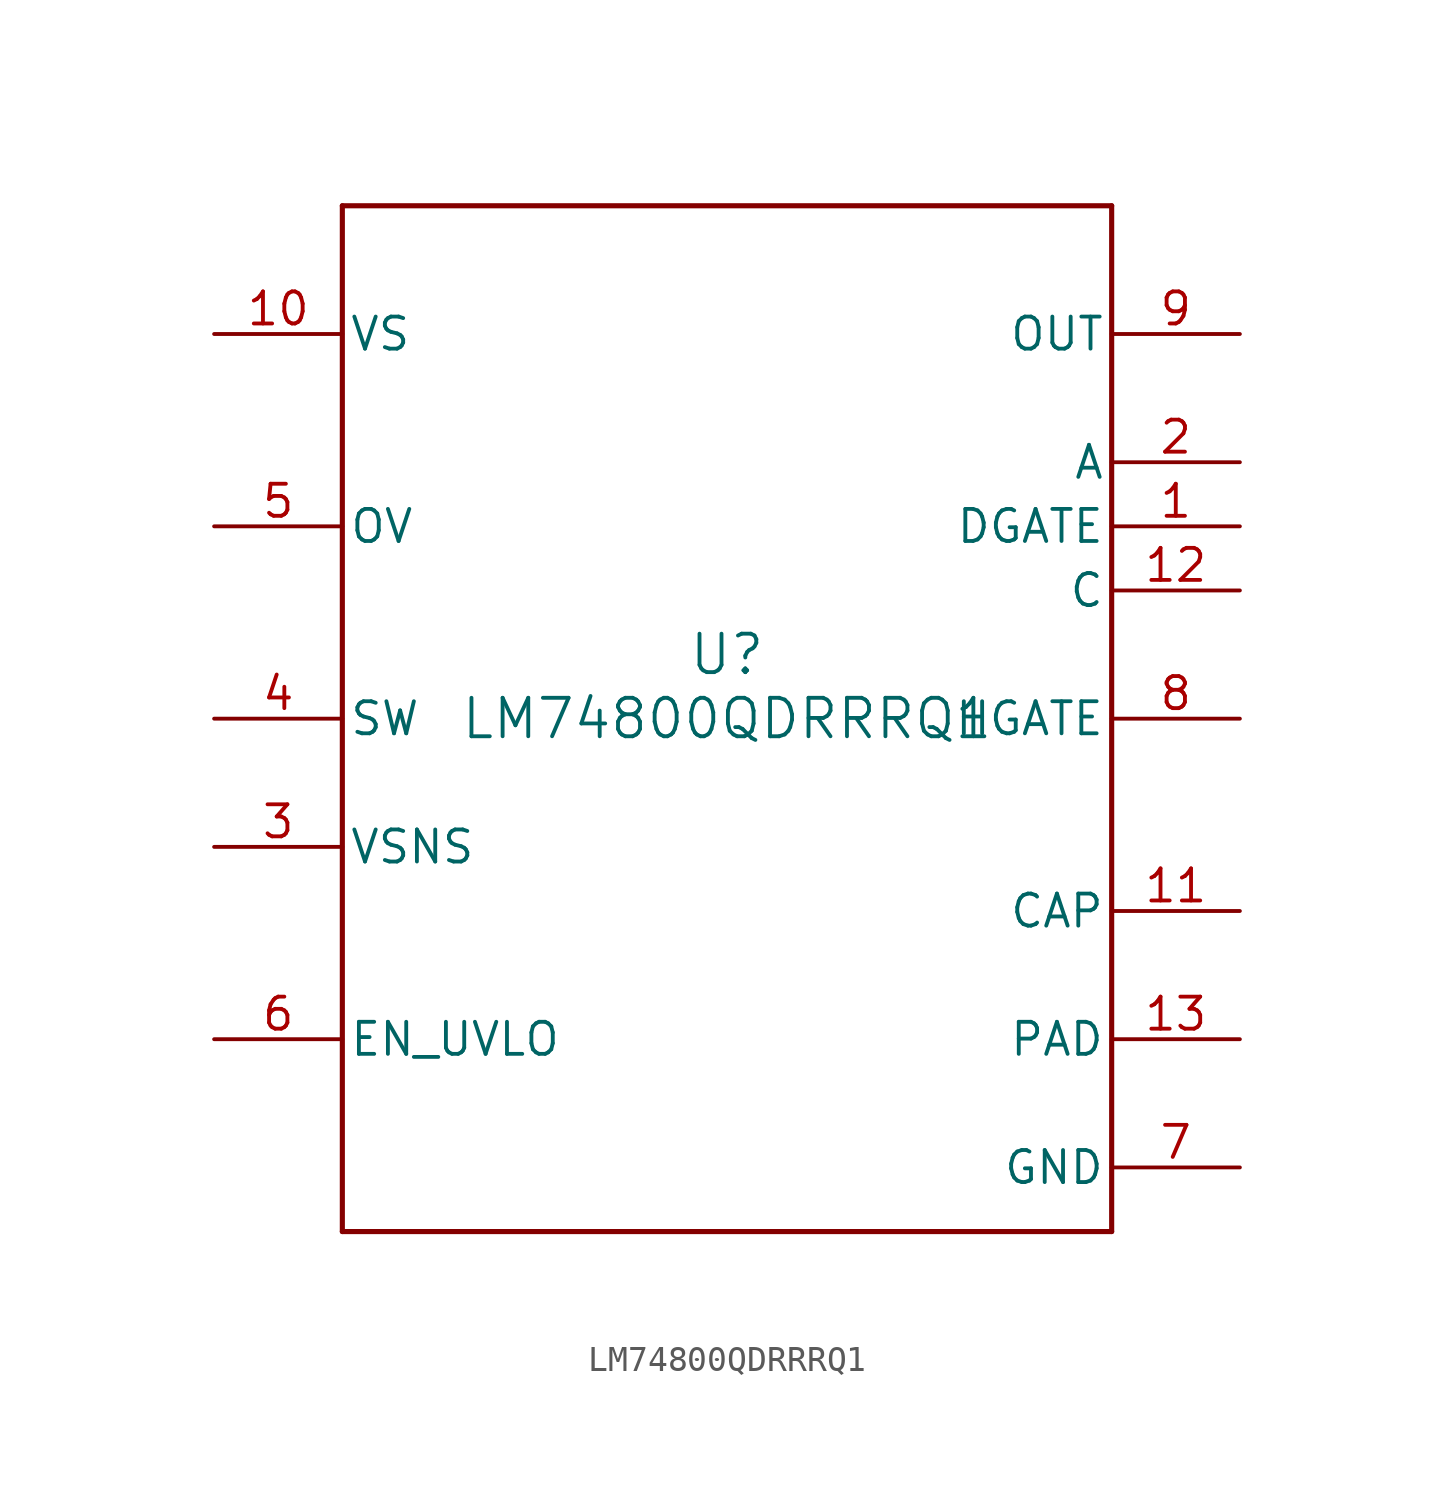
<source format=kicad_sym>
(kicad_symbol_lib
  (version 20211014)
  (generator kicad_symbol_editor)
  (symbol "LM74800QDRRRQ1"
    (pin_names
      (offset 0.254))
    (property "Reference" "U"
      (at 0 2.54 0)
      (effects (font (size 1.524 1.524))))
    (property "Value" "LM74800QDRRRQ1"
      (at 0 0 0)
      (effects (font (size 1.524 1.524))))
    (symbol "LM74800QDRRRQ1_0_1"
      (polyline (pts (xy -15.24 -20.32) (xy 15.24 -20.32)) (stroke (width 0.203) (type default) (color 0 0 0 0)) (fill (type none)))
      (polyline (pts (xy 15.24 -20.32) (xy 15.24 20.32)) (stroke (width 0.203) (type default) (color 0 0 0 0)) (fill (type none)))
      (polyline (pts (xy 15.24 20.32) (xy -15.24 20.32)) (stroke (width 0.203) (type default) (color 0 0 0 0)) (fill (type none)))
      (polyline (pts (xy -15.24 20.32) (xy -15.24 -20.32)) (stroke (width 0.203) (type default) (color 0 0 0 0)) (fill (type none)))
      (pin output line (at 20.32 7.62 180) (length 5.08) (name "DGATE" (effects (font (size 1.27 1.27)))) (number "1" (effects (font (size 1.27 1.27)))))
      (pin unspecified line (at 20.32 10.16 180) (length 5.08) (name "A" (effects (font (size 1.27 1.27)))) (number "2" (effects (font (size 1.27 1.27)))))
      (pin input line (at -20.32 -5.08 0) (length 5.08) (name "VSNS" (effects (font (size 1.27 1.27)))) (number "3" (effects (font (size 1.27 1.27)))))
      (pin input line (at -20.32 0 0) (length 5.08) (name "SW" (effects (font (size 1.27 1.27)))) (number "4" (effects (font (size 1.27 1.27)))))
      (pin input line (at -20.32 7.62 0) (length 5.08) (name "OV" (effects (font (size 1.27 1.27)))) (number "5" (effects (font (size 1.27 1.27)))))
      (pin input line (at -20.32 -12.7 0) (length 5.08) (name "EN_UVLO" (effects (font (size 1.27 1.27)))) (number "6" (effects (font (size 1.27 1.27)))))
      (pin power_in line (at 20.32 -17.78 180) (length 5.08) (name "GND" (effects (font (size 1.27 1.27)))) (number "7" (effects (font (size 1.27 1.27)))))
      (pin output line (at 20.32 0 180) (length 5.08) (name "HGATE" (effects (font (size 1.27 1.27)))) (number "8" (effects (font (size 1.27 1.27)))))
      (pin unspecified line (at 20.32 15.24 180) (length 5.08) (name "OUT" (effects (font (size 1.27 1.27)))) (number "9" (effects (font (size 1.27 1.27)))))
      (pin power_in line (at -20.32 15.24 0) (length 5.08) (name "VS" (effects (font (size 1.27 1.27)))) (number "10" (effects (font (size 1.27 1.27)))))
      (pin unspecified line (at 20.32 -7.62 180) (length 5.08) (name "CAP" (effects (font (size 1.27 1.27)))) (number "11" (effects (font (size 1.27 1.27)))))
      (pin unspecified line (at 20.32 5.08 180) (length 5.08) (name "C" (effects (font (size 1.27 1.27)))) (number "12" (effects (font (size 1.27 1.27)))))
      (pin unspecified line (at 20.32 -12.7 180) (length 5.08) (name "PAD" (effects (font (size 1.27 1.27)))) (number "13" (effects (font (size 1.27 1.27))))))))
</source>
